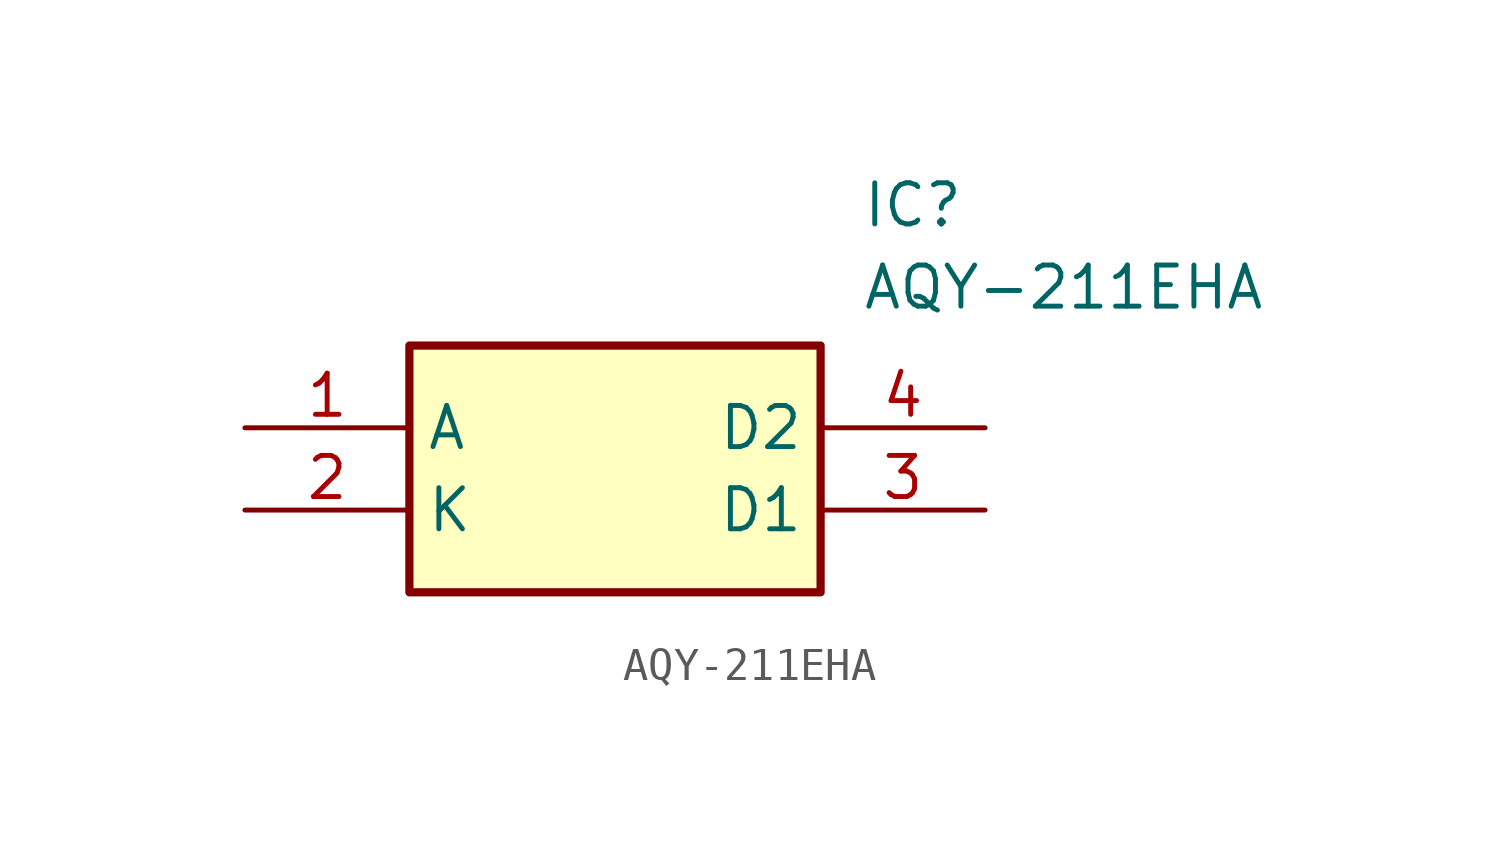
<source format=kicad_sym>
(kicad_symbol_lib
  (version 20211014)
  (generator SamacSys_ECAD_Model)
  (symbol "AQY-211EHA"
    (property "Reference" "IC"
      (at 19.05 7.62 0)
      (effects (font (size 1.27 1.27)) (justify left top)))
    (property "Value" "AQY-211EHA"
      (at 19.05 5.08 0)
      (effects (font (size 1.27 1.27)) (justify left top)))
    (rectangle
      (start 5.08 2.54)
      (end 17.78 -5.08)
      (stroke (width 0.254) (type default))
      (fill (type background)))
    (pin passive line
      (at 0 0 0)
      (length 5.08)
      (name "A" (effects (font (size 1.27 1.27))))
      (number "1" (effects (font (size 1.27 1.27)))))
    (pin passive line
      (at 0 -2.54 0)
      (length 5.08)
      (name "K" (effects (font (size 1.27 1.27))))
      (number "2" (effects (font (size 1.27 1.27)))))
    (pin passive line
      (at 22.86 0 180)
      (length 5.08)
      (name "D2" (effects (font (size 1.27 1.27))))
      (number "4" (effects (font (size 1.27 1.27)))))
    (pin passive line
      (at 22.86 -2.54 180)
      (length 5.08)
      (name "D1" (effects (font (size 1.27 1.27))))
      (number "3" (effects (font (size 1.27 1.27)))))))
</source>
